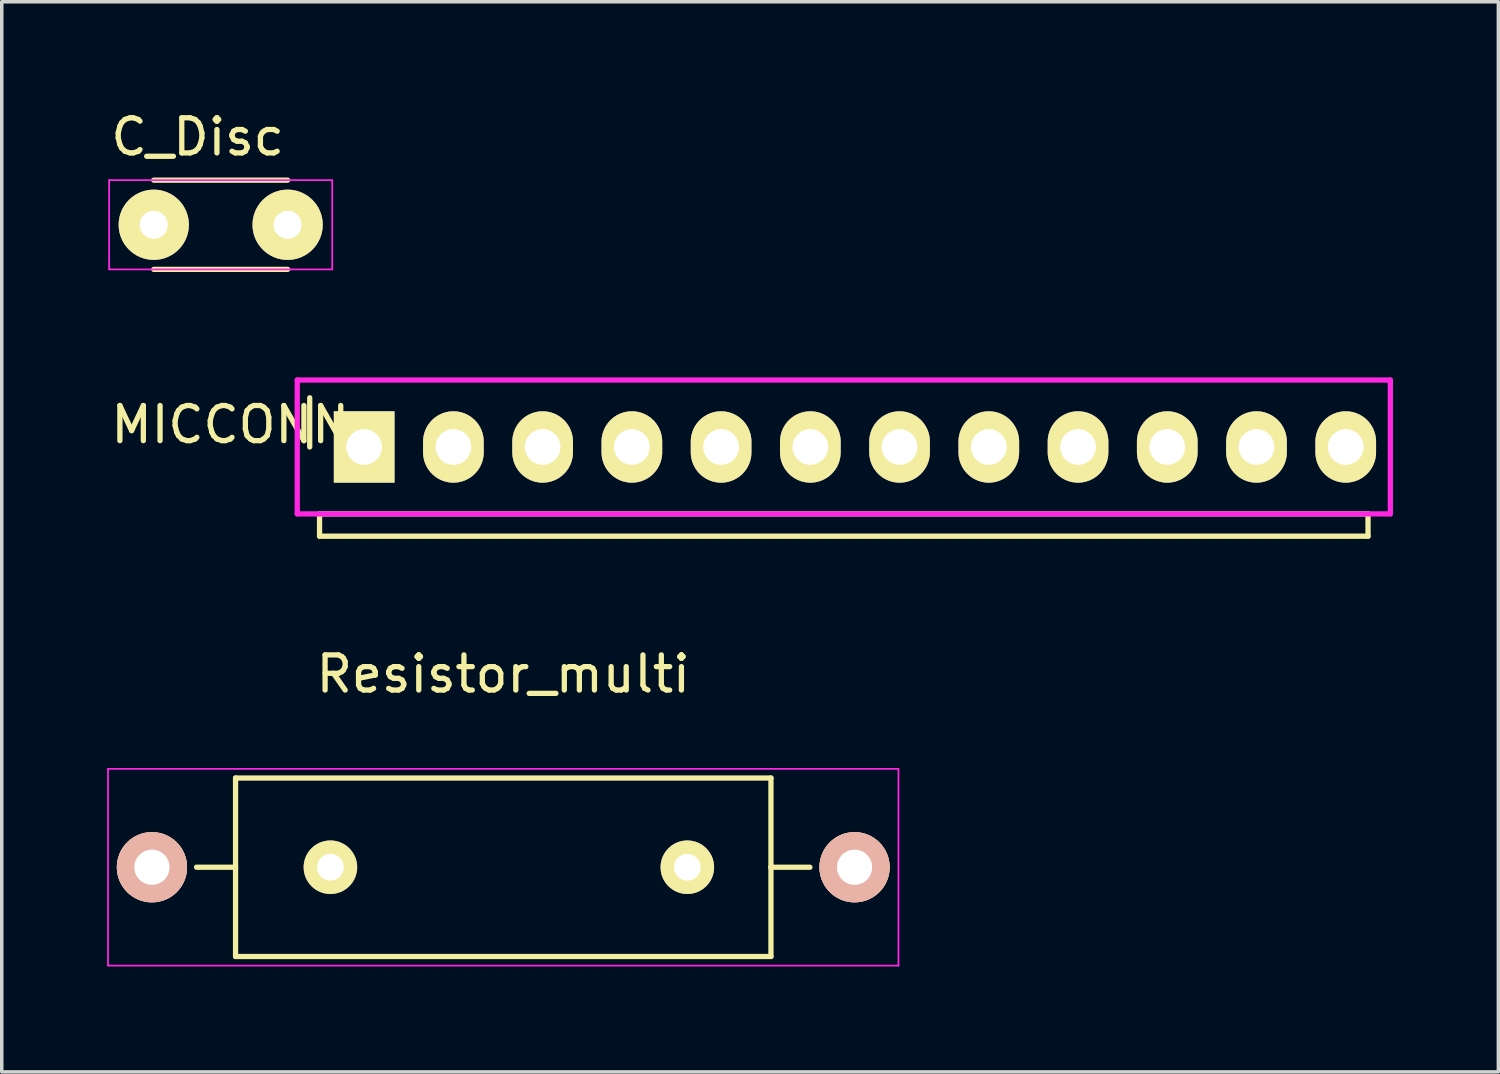
<source format=kicad_pcb>
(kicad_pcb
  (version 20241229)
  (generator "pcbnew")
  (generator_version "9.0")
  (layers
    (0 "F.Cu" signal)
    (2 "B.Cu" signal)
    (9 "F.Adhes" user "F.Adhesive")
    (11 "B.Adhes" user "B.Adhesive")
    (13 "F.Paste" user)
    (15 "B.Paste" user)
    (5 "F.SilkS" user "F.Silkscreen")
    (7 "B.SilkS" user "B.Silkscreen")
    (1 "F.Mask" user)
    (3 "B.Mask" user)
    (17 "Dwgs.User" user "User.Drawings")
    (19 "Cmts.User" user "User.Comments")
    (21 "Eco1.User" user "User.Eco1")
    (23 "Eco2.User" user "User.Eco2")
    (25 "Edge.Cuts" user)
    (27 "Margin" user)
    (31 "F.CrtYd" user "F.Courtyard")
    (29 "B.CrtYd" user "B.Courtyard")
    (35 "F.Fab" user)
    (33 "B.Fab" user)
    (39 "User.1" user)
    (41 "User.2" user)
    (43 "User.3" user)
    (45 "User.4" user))
  (footprint "MICCONN"
    (layer "F.Cu")
    (at 7.316 9.673)
    (property "Reference" "MICCONN" (at -3.81 -0.635 0) (layer "F.SilkS") (effects (font (size 1 1) (thickness 0.15))))
    (attr through_hole)
    (fp_line (start -1.55 -1.4) (end -1.55 0) (stroke (width 0.15) (type solid)) (layer "F.SilkS"))
    (fp_line (start -1.27 1.905) (end 28.575 1.905) (stroke (width 0.15) (type solid)) (layer "F.SilkS"))
    (fp_line (start -1.27 2.54) (end -1.27 1.905) (stroke (width 0.15) (type solid)) (layer "F.SilkS"))
    (fp_line (start 28.575 1.905) (end 28.575 2.54) (stroke (width 0.15) (type solid)) (layer "F.SilkS"))
    (fp_line (start 28.575 2.54) (end -1.27 2.54) (stroke (width 0.15) (type solid)) (layer "F.SilkS"))
    (fp_line (start -1.905 -1.905) (end 29.21 -1.905) (stroke (width 0.15) (type solid)) (layer "F.CrtYd"))
    (fp_line (start -1.905 1.905) (end -1.905 -1.905) (stroke (width 0.15) (type solid)) (layer "F.CrtYd"))
    (fp_line (start 29.21 -1.905) (end 29.21 1.905) (stroke (width 0.15) (type solid)) (layer "F.CrtYd"))
    (fp_line (start 29.21 1.905) (end -1.905 1.905) (stroke (width 0.15) (type solid)) (layer "F.CrtYd"))
    (pad "1" thru_hole rect (at 0 0) (size 1.727 2.032) (drill 1.016) (layers "*.Cu" "*.Mask" "F.SilkS"))
    (pad "2" thru_hole oval (at 2.54 0) (size 1.727 2.032) (drill 1.016) (layers "*.Cu" "*.Mask" "F.SilkS"))
    (pad "3" thru_hole oval (at 5.08 0) (size 1.727 2.032) (drill 1.016) (layers "*.Cu" "*.Mask" "F.SilkS"))
    (pad "4" thru_hole oval (at 7.62 0) (size 1.727 2.032) (drill 1.016) (layers "*.Cu" "*.Mask" "F.SilkS"))
    (pad "5" thru_hole oval (at 10.16 0) (size 1.727 2.032) (drill 1.016) (layers "*.Cu" "*.Mask" "F.SilkS"))
    (pad "6" thru_hole oval (at 12.7 0) (size 1.727 2.032) (drill 1.016) (layers "*.Cu" "*.Mask" "F.SilkS"))
    (pad "7" thru_hole oval (at 15.24 0) (size 1.727 2.032) (drill 1.016) (layers "*.Cu" "*.Mask" "F.SilkS"))
    (pad "8" thru_hole oval (at 17.78 0) (size 1.727 2.032) (drill 1.016) (layers "*.Cu" "*.Mask" "F.SilkS"))
    (pad "9" thru_hole oval (at 20.32 0) (size 1.727 2.032) (drill 1.016) (layers "*.Cu" "*.Mask" "F.SilkS"))
    (pad "10" thru_hole oval (at 22.86 0) (size 1.727 2.032) (drill 1.016) (layers "*.Cu" "*.Mask" "F.SilkS"))
    (pad "11" thru_hole oval (at 25.4 0) (size 1.727 2.032) (drill 1.016) (layers "*.Cu" "*.Mask" "F.SilkS"))
    (pad "12" thru_hole oval (at 27.94 0) (size 1.727 2.032) (drill 1.016) (layers "*.Cu" "*.Mask" "F.SilkS")))
  (footprint "Resistor_multi"
    (layer "F.Cu")
    (at 1.275 21.636)
    (property "Reference" "Resistor_multi" (at 10 -5.499 0) (layer "F.SilkS") (effects (font (size 1 1) (thickness 0.15))))
    (attr through_hole)
    (fp_line (start 1.27 0) (end 2.38 0) (stroke (width 0.15) (type solid)) (layer "F.SilkS"))
    (fp_line (start 2.38 -2.54) (end 2.38 2.54) (stroke (width 0.15) (type solid)) (layer "F.SilkS"))
    (fp_line (start 2.38 2.54) (end 17.62 2.54) (stroke (width 0.15) (type solid)) (layer "F.SilkS"))
    (fp_line (start 17.62 -2.54) (end 2.38 -2.54) (stroke (width 0.15) (type solid)) (layer "F.SilkS"))
    (fp_line (start 17.62 0) (end 17.62 -2.54) (stroke (width 0.15) (type solid)) (layer "F.SilkS"))
    (fp_line (start 17.62 2.54) (end 17.62 0) (stroke (width 0.15) (type solid)) (layer "F.SilkS"))
    (fp_line (start 18.73 0) (end 17.62 0) (stroke (width 0.15) (type solid)) (layer "F.SilkS"))
    (fp_line (start -1.25 -2.8) (end 21.25 -2.8) (stroke (width 0.05) (type solid)) (layer "F.CrtYd"))
    (fp_line (start -1.25 2.8) (end -1.25 -2.8) (stroke (width 0.05) (type solid)) (layer "F.CrtYd"))
    (fp_line (start 21.25 -2.8) (end 21.25 2.8) (stroke (width 0.05) (type solid)) (layer "F.CrtYd"))
    (fp_line (start 21.25 2.8) (end -1.25 2.8) (stroke (width 0.05) (type solid)) (layer "F.CrtYd"))
    (pad "1" thru_hole circle (at 0 0) (size 1.999 1.999) (drill 1.001) (layers "*.Cu" "*.SilkS" "*.Mask"))
    (pad "1" thru_hole circle (at 5.08 0) (size 1.524 1.524) (drill 0.762) (layers "*.Cu" "*.Mask" "F.SilkS"))
    (pad "2" thru_hole circle (at 15.24 0) (size 1.524 1.524) (drill 0.762) (layers "*.Cu" "*.Mask" "F.SilkS"))
    (pad "2" thru_hole circle (at 20 0) (size 1.999 1.999) (drill 1.001) (layers "*.Cu" "*.SilkS" "*.Mask")))
  (footprint "C_Disc"
    (layer "F.Cu")
    (at 1.327 3.348)
    (property "Reference" "C_Disc" (at 1.25 -2.5 0) (layer "F.SilkS") (effects (font (size 1 1) (thickness 0.15))))
    (attr through_hole)
    (fp_line (start 0 -1.27) (end 3.81 -1.27) (stroke (width 0.15) (type solid)) (layer "F.SilkS"))
    (fp_line (start 3.81 1.27) (end 0 1.27) (stroke (width 0.15) (type solid)) (layer "F.SilkS"))
    (fp_line (start -1.27 -1.27) (end 5.08 -1.27) (stroke (width 0.05) (type solid)) (layer "F.CrtYd"))
    (fp_line (start -1.27 1.27) (end -1.27 -1.27) (stroke (width 0.05) (type solid)) (layer "F.CrtYd"))
    (fp_line (start 5.08 -1.27) (end 5.08 1.27) (stroke (width 0.05) (type solid)) (layer "F.CrtYd"))
    (fp_line (start 5.08 1.27) (end -1.27 1.27) (stroke (width 0.05) (type solid)) (layer "F.CrtYd"))
    (pad "1" thru_hole circle (at 0 0) (size 2 2) (drill 0.8) (layers "*.Cu" "*.Mask" "F.SilkS"))
    (pad "2" thru_hole circle (at 3.81 0) (size 2 2) (drill 0.8) (layers "*.Cu" "*.Mask" "F.SilkS")))
  (gr_rect
    (start -3 -3)
    (end 39.601 27.461)
    (stroke (width 0.1) (type default))
    (fill no)
    (layer "Edge.Cuts")))
</source>
